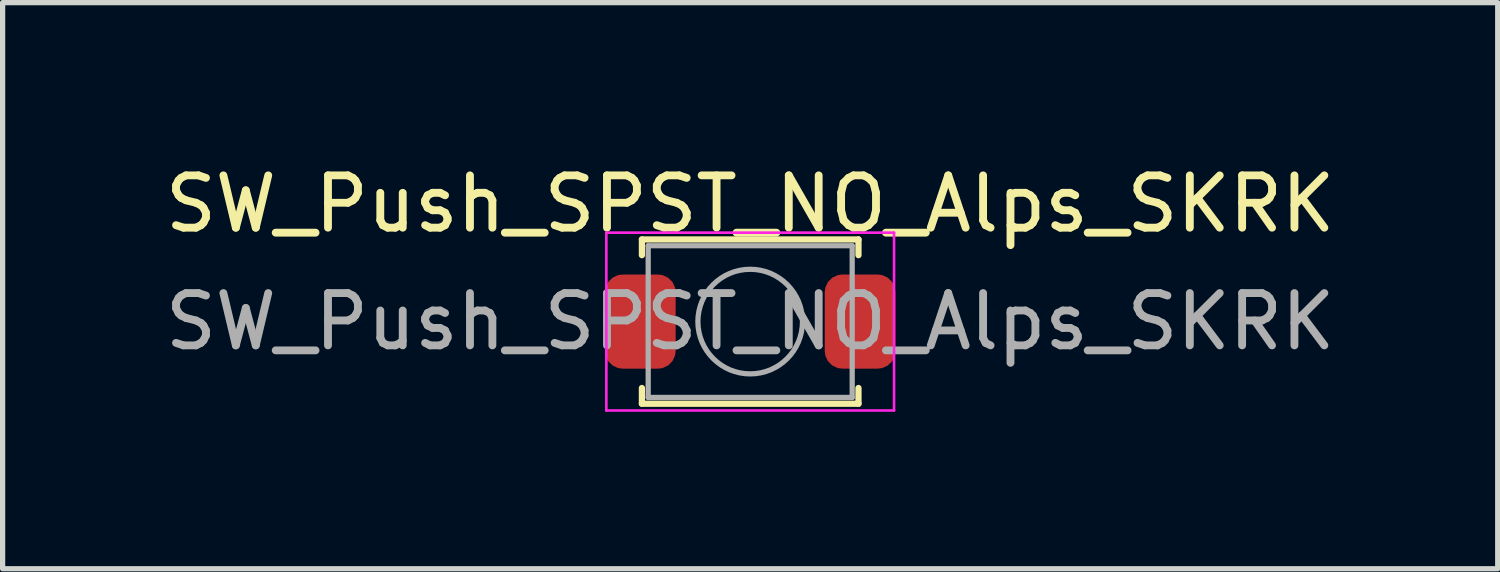
<source format=kicad_pcb>
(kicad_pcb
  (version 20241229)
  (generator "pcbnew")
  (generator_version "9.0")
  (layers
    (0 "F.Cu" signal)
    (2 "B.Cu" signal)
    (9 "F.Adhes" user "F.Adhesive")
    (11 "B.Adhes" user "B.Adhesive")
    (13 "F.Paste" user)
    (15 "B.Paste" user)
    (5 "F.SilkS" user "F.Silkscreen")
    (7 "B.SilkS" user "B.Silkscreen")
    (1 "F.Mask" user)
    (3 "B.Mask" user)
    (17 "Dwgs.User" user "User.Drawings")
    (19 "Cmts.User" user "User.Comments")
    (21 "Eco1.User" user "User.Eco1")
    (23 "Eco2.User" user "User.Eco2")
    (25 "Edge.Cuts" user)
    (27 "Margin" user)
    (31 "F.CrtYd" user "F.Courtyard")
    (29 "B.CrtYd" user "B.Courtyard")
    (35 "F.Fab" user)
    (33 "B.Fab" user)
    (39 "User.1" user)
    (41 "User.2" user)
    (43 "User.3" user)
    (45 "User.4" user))
  (footprint "SW_Push_SPST_NO_Alps_SKRK"
    (layer "F.Cu")
    (at 11.292 3.098)
    (property "Reference" "SW_Push_SPST_NO_Alps_SKRK" (at 0 -2.25 0) (layer "F.SilkS") (effects (font (size 1 1) (thickness 0.15))))
    (attr smd)
    (fp_line (start -2.07 -1.57) (end 2.07 -1.57) (stroke (width 0.12) (type solid)) (layer "F.SilkS"))
    (fp_line (start -2.07 -1.27) (end -2.07 -1.57) (stroke (width 0.12) (type solid)) (layer "F.SilkS"))
    (fp_line (start -2.07 1.57) (end -2.07 1.27) (stroke (width 0.12) (type solid)) (layer "F.SilkS"))
    (fp_line (start 2.07 -1.57) (end 2.07 -1.27) (stroke (width 0.12) (type solid)) (layer "F.SilkS"))
    (fp_line (start 2.07 1.27) (end 2.07 1.57) (stroke (width 0.12) (type solid)) (layer "F.SilkS"))
    (fp_line (start 2.07 1.57) (end -2.07 1.57) (stroke (width 0.12) (type solid)) (layer "F.SilkS"))
    (fp_line (start -2.75 -1.7) (end 2.75 -1.7) (stroke (width 0.05) (type solid)) (layer "F.CrtYd"))
    (fp_line (start -2.75 1.7) (end -2.75 -1.7) (stroke (width 0.05) (type solid)) (layer "F.CrtYd"))
    (fp_line (start 2.75 -1.7) (end 2.75 1.7) (stroke (width 0.05) (type solid)) (layer "F.CrtYd"))
    (fp_line (start 2.75 1.7) (end -2.75 1.7) (stroke (width 0.05) (type solid)) (layer "F.CrtYd"))
    (fp_line (start -1.95 -1.45) (end 1.95 -1.45) (stroke (width 0.1) (type solid)) (layer "F.Fab"))
    (fp_line (start -1.95 1.45) (end -1.95 -1.45) (stroke (width 0.1) (type solid)) (layer "F.Fab"))
    (fp_line (start 1.95 -1.45) (end 1.95 1.45) (stroke (width 0.1) (type solid)) (layer "F.Fab"))
    (fp_line (start 1.95 1.45) (end -1.95 1.45) (stroke (width 0.1) (type solid)) (layer "F.Fab"))
    (fp_circle (center 0 0) (end 1 0) (stroke (width 0.1) (type solid)) (fill no) (layer "F.Fab"))
    (fp_text user "${REFERENCE}" (at 0 0 0) (layer "F.Fab") (effects (font (size 1 1) (thickness 0.15))))
    (pad "1" smd roundrect (at -2.1 0) (size 1.35 1.8) (layers "F.Cu" "F.Mask" "F.Paste") (roundrect_rratio 0.25))
    (pad "2" smd roundrect (at 2.1 0) (size 1.35 1.8) (layers "F.Cu" "F.Mask" "F.Paste") (roundrect_rratio 0.25)))
  (gr_rect
    (start -3 -3)
    (end 25.583 7.823)
    (stroke (width 0.1) (type default))
    (fill no)
    (layer "Edge.Cuts")))
</source>
